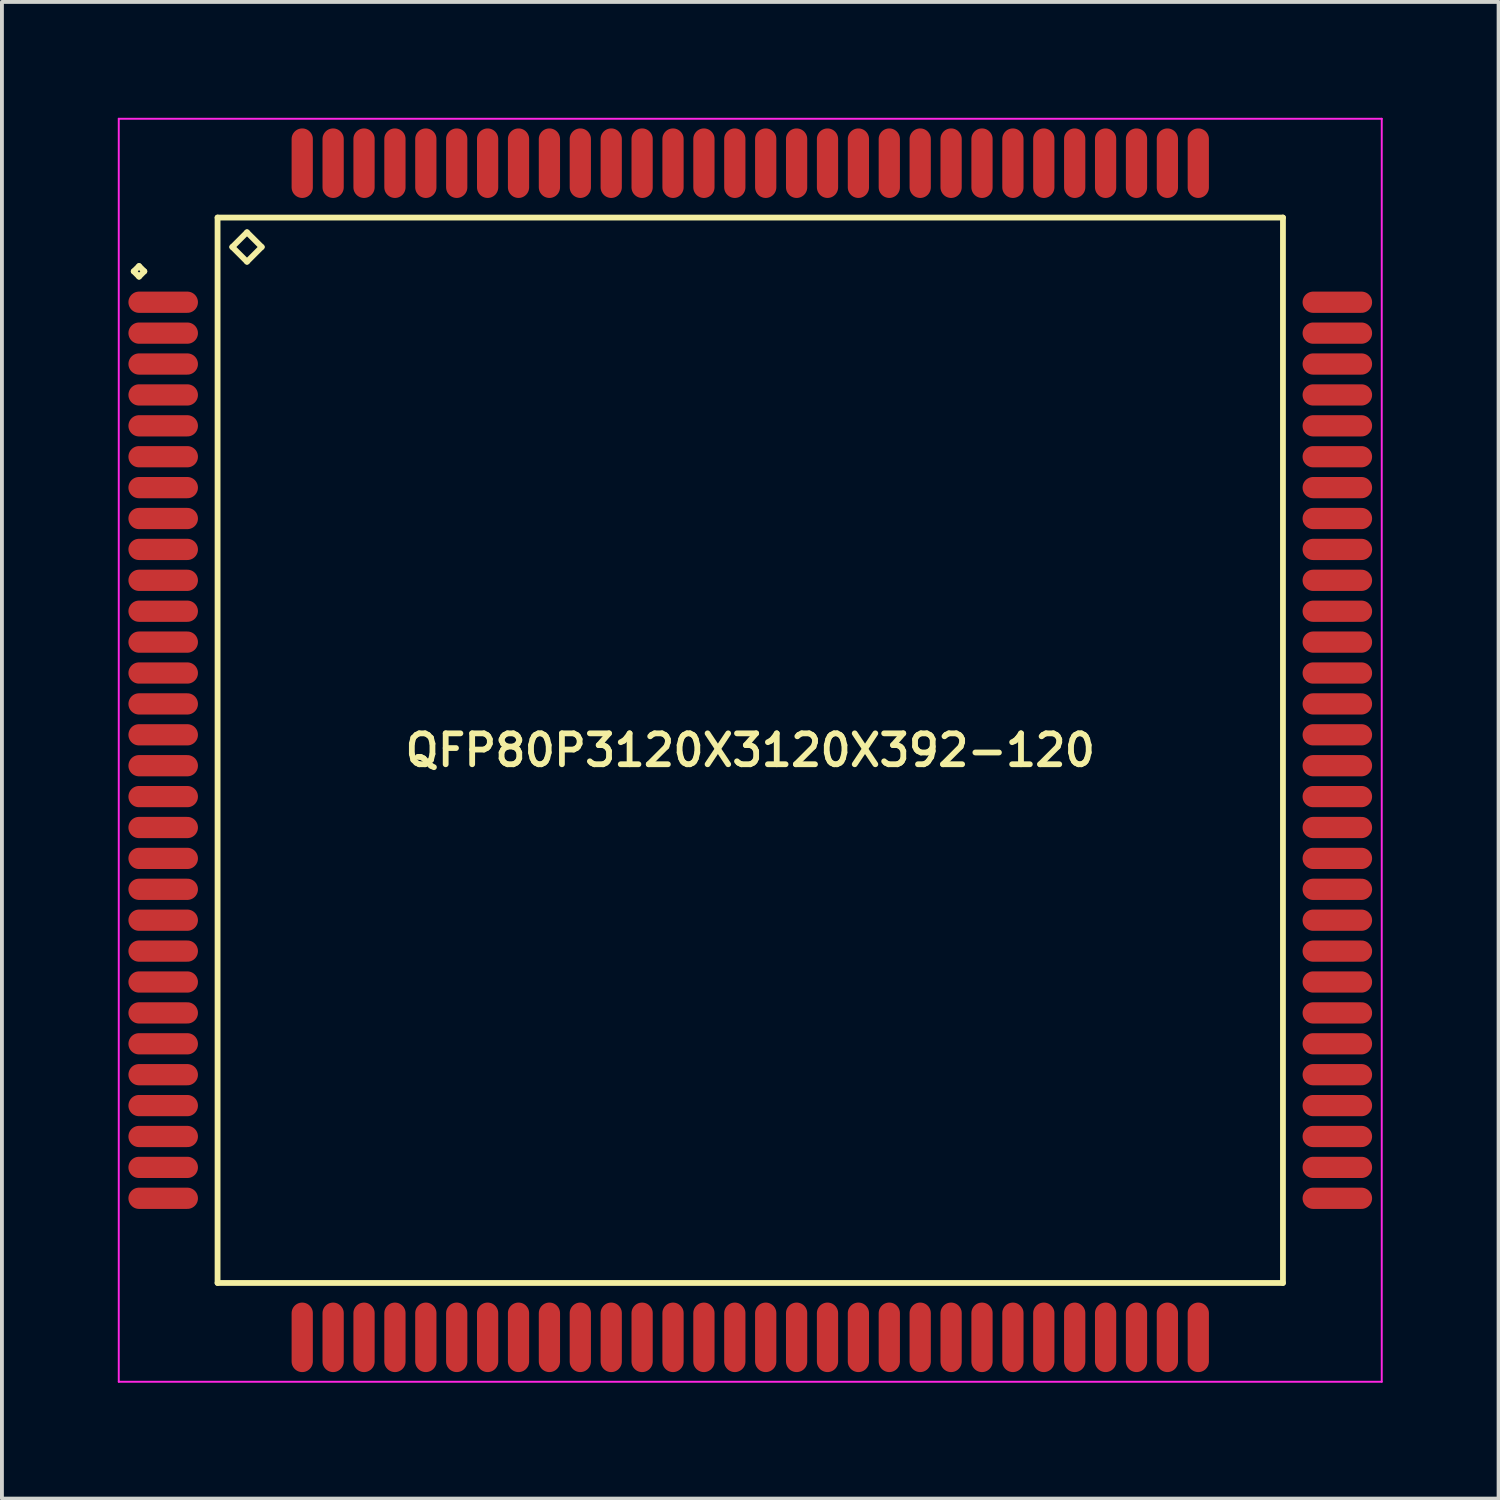
<source format=kicad_pcb>
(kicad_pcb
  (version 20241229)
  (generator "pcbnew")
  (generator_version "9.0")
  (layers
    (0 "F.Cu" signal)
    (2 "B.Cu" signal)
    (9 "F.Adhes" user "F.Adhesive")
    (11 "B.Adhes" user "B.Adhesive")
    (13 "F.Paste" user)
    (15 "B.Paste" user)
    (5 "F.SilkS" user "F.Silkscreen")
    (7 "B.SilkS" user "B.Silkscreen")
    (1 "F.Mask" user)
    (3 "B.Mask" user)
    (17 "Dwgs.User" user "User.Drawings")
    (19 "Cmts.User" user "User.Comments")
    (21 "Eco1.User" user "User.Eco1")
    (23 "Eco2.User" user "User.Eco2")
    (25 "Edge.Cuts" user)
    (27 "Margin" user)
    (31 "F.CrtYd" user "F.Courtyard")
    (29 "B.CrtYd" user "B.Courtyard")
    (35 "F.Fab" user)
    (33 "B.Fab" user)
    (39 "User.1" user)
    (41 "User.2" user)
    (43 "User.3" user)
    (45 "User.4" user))
  (footprint "QFP80P3120X3120X392-120"
    (layer "F.Cu")
    (at 16.375 16.375)
    (property "Reference" "QFP80P3120X3120X392-120" (at 0 0 0) (layer "F.SilkS") (effects (font (size 0.8 0.8) (thickness 0.15))))
    (attr smd)
    (fp_line (start -15.963 -12.4) (end -15.825 -12.537) (stroke (width 0.15) (type solid)) (layer "F.SilkS"))
    (fp_line (start -15.825 -12.537) (end -15.688 -12.4) (stroke (width 0.15) (type solid)) (layer "F.SilkS"))
    (fp_line (start -15.825 -12.262) (end -15.963 -12.4) (stroke (width 0.15) (type solid)) (layer "F.SilkS"))
    (fp_line (start -15.688 -12.4) (end -15.825 -12.262) (stroke (width 0.15) (type solid)) (layer "F.SilkS"))
    (fp_line (start -13.792 -13.792) (end -13.792 13.792) (stroke (width 0.15) (type solid)) (layer "F.SilkS"))
    (fp_line (start -13.792 13.792) (end 13.792 13.792) (stroke (width 0.15) (type solid)) (layer "F.SilkS"))
    (fp_line (start -13.411 -13.03) (end -13.03 -13.411) (stroke (width 0.15) (type solid)) (layer "F.SilkS"))
    (fp_line (start -13.03 -13.411) (end -12.649 -13.03) (stroke (width 0.15) (type solid)) (layer "F.SilkS"))
    (fp_line (start -13.03 -12.649) (end -13.411 -13.03) (stroke (width 0.15) (type solid)) (layer "F.SilkS"))
    (fp_line (start -12.649 -13.03) (end -13.03 -12.649) (stroke (width 0.15) (type solid)) (layer "F.SilkS"))
    (fp_line (start 13.792 -13.792) (end -13.792 -13.792) (stroke (width 0.15) (type solid)) (layer "F.SilkS"))
    (fp_line (start 13.792 13.792) (end 13.792 -13.792) (stroke (width 0.15) (type solid)) (layer "F.SilkS"))
    (fp_line (start -16.35 -16.35) (end 16.35 -16.35) (stroke (width 0.05) (type solid)) (layer "F.CrtYd"))
    (fp_line (start -16.35 16.35) (end -16.35 -16.35) (stroke (width 0.05) (type solid)) (layer "F.CrtYd"))
    (fp_line (start 16.35 -16.35) (end 16.35 16.35) (stroke (width 0.05) (type solid)) (layer "F.CrtYd"))
    (fp_line (start 16.35 16.35) (end -16.35 16.35) (stroke (width 0.05) (type solid)) (layer "F.CrtYd"))
    (pad "1" smd oval (at -15.2 -11.6) (size 1.8 0.55) (layers "F.Cu" "F.Mask" "F.Paste"))
    (pad "2" smd oval (at -15.2 -10.8) (size 1.8 0.55) (layers "F.Cu" "F.Mask" "F.Paste"))
    (pad "3" smd oval (at -15.2 -10) (size 1.8 0.55) (layers "F.Cu" "F.Mask" "F.Paste"))
    (pad "4" smd oval (at -15.2 -9.2) (size 1.8 0.55) (layers "F.Cu" "F.Mask" "F.Paste"))
    (pad "5" smd oval (at -15.2 -8.4) (size 1.8 0.55) (layers "F.Cu" "F.Mask" "F.Paste"))
    (pad "6" smd oval (at -15.2 -7.6) (size 1.8 0.55) (layers "F.Cu" "F.Mask" "F.Paste"))
    (pad "7" smd oval (at -15.2 -6.8) (size 1.8 0.55) (layers "F.Cu" "F.Mask" "F.Paste"))
    (pad "8" smd oval (at -15.2 -6) (size 1.8 0.55) (layers "F.Cu" "F.Mask" "F.Paste"))
    (pad "9" smd oval (at -15.2 -5.2) (size 1.8 0.55) (layers "F.Cu" "F.Mask" "F.Paste"))
    (pad "10" smd oval (at -15.2 -4.4) (size 1.8 0.55) (layers "F.Cu" "F.Mask" "F.Paste"))
    (pad "11" smd oval (at -15.2 -3.6) (size 1.8 0.55) (layers "F.Cu" "F.Mask" "F.Paste"))
    (pad "12" smd oval (at -15.2 -2.8) (size 1.8 0.55) (layers "F.Cu" "F.Mask" "F.Paste"))
    (pad "13" smd oval (at -15.2 -2) (size 1.8 0.55) (layers "F.Cu" "F.Mask" "F.Paste"))
    (pad "14" smd oval (at -15.2 -1.2) (size 1.8 0.55) (layers "F.Cu" "F.Mask" "F.Paste"))
    (pad "15" smd oval (at -15.2 -0.4) (size 1.8 0.55) (layers "F.Cu" "F.Mask" "F.Paste"))
    (pad "16" smd oval (at -15.2 0.4) (size 1.8 0.55) (layers "F.Cu" "F.Mask" "F.Paste"))
    (pad "17" smd oval (at -15.2 1.2) (size 1.8 0.55) (layers "F.Cu" "F.Mask" "F.Paste"))
    (pad "18" smd oval (at -15.2 2) (size 1.8 0.55) (layers "F.Cu" "F.Mask" "F.Paste"))
    (pad "19" smd oval (at -15.2 2.8) (size 1.8 0.55) (layers "F.Cu" "F.Mask" "F.Paste"))
    (pad "20" smd oval (at -15.2 3.6) (size 1.8 0.55) (layers "F.Cu" "F.Mask" "F.Paste"))
    (pad "21" smd oval (at -15.2 4.4) (size 1.8 0.55) (layers "F.Cu" "F.Mask" "F.Paste"))
    (pad "22" smd oval (at -15.2 5.2) (size 1.8 0.55) (layers "F.Cu" "F.Mask" "F.Paste"))
    (pad "23" smd oval (at -15.2 6) (size 1.8 0.55) (layers "F.Cu" "F.Mask" "F.Paste"))
    (pad "24" smd oval (at -15.2 6.8) (size 1.8 0.55) (layers "F.Cu" "F.Mask" "F.Paste"))
    (pad "25" smd oval (at -15.2 7.6) (size 1.8 0.55) (layers "F.Cu" "F.Mask" "F.Paste"))
    (pad "26" smd oval (at -15.2 8.4) (size 1.8 0.55) (layers "F.Cu" "F.Mask" "F.Paste"))
    (pad "27" smd oval (at -15.2 9.2) (size 1.8 0.55) (layers "F.Cu" "F.Mask" "F.Paste"))
    (pad "28" smd oval (at -15.2 10) (size 1.8 0.55) (layers "F.Cu" "F.Mask" "F.Paste"))
    (pad "29" smd oval (at -15.2 10.8) (size 1.8 0.55) (layers "F.Cu" "F.Mask" "F.Paste"))
    (pad "30" smd oval (at -15.2 11.6) (size 1.8 0.55) (layers "F.Cu" "F.Mask" "F.Paste"))
    (pad "31" smd oval (at -11.6 15.2) (size 0.55 1.8) (layers "F.Cu" "F.Mask" "F.Paste"))
    (pad "32" smd oval (at -10.8 15.2) (size 0.55 1.8) (layers "F.Cu" "F.Mask" "F.Paste"))
    (pad "33" smd oval (at -10 15.2) (size 0.55 1.8) (layers "F.Cu" "F.Mask" "F.Paste"))
    (pad "34" smd oval (at -9.2 15.2) (size 0.55 1.8) (layers "F.Cu" "F.Mask" "F.Paste"))
    (pad "35" smd oval (at -8.4 15.2) (size 0.55 1.8) (layers "F.Cu" "F.Mask" "F.Paste"))
    (pad "36" smd oval (at -7.6 15.2) (size 0.55 1.8) (layers "F.Cu" "F.Mask" "F.Paste"))
    (pad "37" smd oval (at -6.8 15.2) (size 0.55 1.8) (layers "F.Cu" "F.Mask" "F.Paste"))
    (pad "38" smd oval (at -6 15.2) (size 0.55 1.8) (layers "F.Cu" "F.Mask" "F.Paste"))
    (pad "39" smd oval (at -5.2 15.2) (size 0.55 1.8) (layers "F.Cu" "F.Mask" "F.Paste"))
    (pad "40" smd oval (at -4.4 15.2) (size 0.55 1.8) (layers "F.Cu" "F.Mask" "F.Paste"))
    (pad "41" smd oval (at -3.6 15.2) (size 0.55 1.8) (layers "F.Cu" "F.Mask" "F.Paste"))
    (pad "42" smd oval (at -2.8 15.2) (size 0.55 1.8) (layers "F.Cu" "F.Mask" "F.Paste"))
    (pad "43" smd oval (at -2 15.2) (size 0.55 1.8) (layers "F.Cu" "F.Mask" "F.Paste"))
    (pad "44" smd oval (at -1.2 15.2) (size 0.55 1.8) (layers "F.Cu" "F.Mask" "F.Paste"))
    (pad "45" smd oval (at -0.4 15.2) (size 0.55 1.8) (layers "F.Cu" "F.Mask" "F.Paste"))
    (pad "46" smd oval (at 0.4 15.2) (size 0.55 1.8) (layers "F.Cu" "F.Mask" "F.Paste"))
    (pad "47" smd oval (at 1.2 15.2) (size 0.55 1.8) (layers "F.Cu" "F.Mask" "F.Paste"))
    (pad "48" smd oval (at 2 15.2) (size 0.55 1.8) (layers "F.Cu" "F.Mask" "F.Paste"))
    (pad "49" smd oval (at 2.8 15.2) (size 0.55 1.8) (layers "F.Cu" "F.Mask" "F.Paste"))
    (pad "50" smd oval (at 3.6 15.2) (size 0.55 1.8) (layers "F.Cu" "F.Mask" "F.Paste"))
    (pad "51" smd oval (at 4.4 15.2) (size 0.55 1.8) (layers "F.Cu" "F.Mask" "F.Paste"))
    (pad "52" smd oval (at 5.2 15.2) (size 0.55 1.8) (layers "F.Cu" "F.Mask" "F.Paste"))
    (pad "53" smd oval (at 6 15.2) (size 0.55 1.8) (layers "F.Cu" "F.Mask" "F.Paste"))
    (pad "54" smd oval (at 6.8 15.2) (size 0.55 1.8) (layers "F.Cu" "F.Mask" "F.Paste"))
    (pad "55" smd oval (at 7.6 15.2) (size 0.55 1.8) (layers "F.Cu" "F.Mask" "F.Paste"))
    (pad "56" smd oval (at 8.4 15.2) (size 0.55 1.8) (layers "F.Cu" "F.Mask" "F.Paste"))
    (pad "57" smd oval (at 9.2 15.2) (size 0.55 1.8) (layers "F.Cu" "F.Mask" "F.Paste"))
    (pad "58" smd oval (at 10 15.2) (size 0.55 1.8) (layers "F.Cu" "F.Mask" "F.Paste"))
    (pad "59" smd oval (at 10.8 15.2) (size 0.55 1.8) (layers "F.Cu" "F.Mask" "F.Paste"))
    (pad "60" smd oval (at 11.6 15.2) (size 0.55 1.8) (layers "F.Cu" "F.Mask" "F.Paste"))
    (pad "61" smd oval (at 15.2 11.6) (size 1.8 0.55) (layers "F.Cu" "F.Mask" "F.Paste"))
    (pad "62" smd oval (at 15.2 10.8) (size 1.8 0.55) (layers "F.Cu" "F.Mask" "F.Paste"))
    (pad "63" smd oval (at 15.2 10) (size 1.8 0.55) (layers "F.Cu" "F.Mask" "F.Paste"))
    (pad "64" smd oval (at 15.2 9.2) (size 1.8 0.55) (layers "F.Cu" "F.Mask" "F.Paste"))
    (pad "65" smd oval (at 15.2 8.4) (size 1.8 0.55) (layers "F.Cu" "F.Mask" "F.Paste"))
    (pad "66" smd oval (at 15.2 7.6) (size 1.8 0.55) (layers "F.Cu" "F.Mask" "F.Paste"))
    (pad "67" smd oval (at 15.2 6.8) (size 1.8 0.55) (layers "F.Cu" "F.Mask" "F.Paste"))
    (pad "68" smd oval (at 15.2 6) (size 1.8 0.55) (layers "F.Cu" "F.Mask" "F.Paste"))
    (pad "69" smd oval (at 15.2 5.2) (size 1.8 0.55) (layers "F.Cu" "F.Mask" "F.Paste"))
    (pad "70" smd oval (at 15.2 4.4) (size 1.8 0.55) (layers "F.Cu" "F.Mask" "F.Paste"))
    (pad "71" smd oval (at 15.2 3.6) (size 1.8 0.55) (layers "F.Cu" "F.Mask" "F.Paste"))
    (pad "72" smd oval (at 15.2 2.8) (size 1.8 0.55) (layers "F.Cu" "F.Mask" "F.Paste"))
    (pad "73" smd oval (at 15.2 2) (size 1.8 0.55) (layers "F.Cu" "F.Mask" "F.Paste"))
    (pad "74" smd oval (at 15.2 1.2) (size 1.8 0.55) (layers "F.Cu" "F.Mask" "F.Paste"))
    (pad "75" smd oval (at 15.2 0.4) (size 1.8 0.55) (layers "F.Cu" "F.Mask" "F.Paste"))
    (pad "76" smd oval (at 15.2 -0.4) (size 1.8 0.55) (layers "F.Cu" "F.Mask" "F.Paste"))
    (pad "77" smd oval (at 15.2 -1.2) (size 1.8 0.55) (layers "F.Cu" "F.Mask" "F.Paste"))
    (pad "78" smd oval (at 15.2 -2) (size 1.8 0.55) (layers "F.Cu" "F.Mask" "F.Paste"))
    (pad "79" smd oval (at 15.2 -2.8) (size 1.8 0.55) (layers "F.Cu" "F.Mask" "F.Paste"))
    (pad "80" smd oval (at 15.2 -3.6) (size 1.8 0.55) (layers "F.Cu" "F.Mask" "F.Paste"))
    (pad "81" smd oval (at 15.2 -4.4) (size 1.8 0.55) (layers "F.Cu" "F.Mask" "F.Paste"))
    (pad "82" smd oval (at 15.2 -5.2) (size 1.8 0.55) (layers "F.Cu" "F.Mask" "F.Paste"))
    (pad "83" smd oval (at 15.2 -6) (size 1.8 0.55) (layers "F.Cu" "F.Mask" "F.Paste"))
    (pad "84" smd oval (at 15.2 -6.8) (size 1.8 0.55) (layers "F.Cu" "F.Mask" "F.Paste"))
    (pad "85" smd oval (at 15.2 -7.6) (size 1.8 0.55) (layers "F.Cu" "F.Mask" "F.Paste"))
    (pad "86" smd oval (at 15.2 -8.4) (size 1.8 0.55) (layers "F.Cu" "F.Mask" "F.Paste"))
    (pad "87" smd oval (at 15.2 -9.2) (size 1.8 0.55) (layers "F.Cu" "F.Mask" "F.Paste"))
    (pad "88" smd oval (at 15.2 -10) (size 1.8 0.55) (layers "F.Cu" "F.Mask" "F.Paste"))
    (pad "89" smd oval (at 15.2 -10.8) (size 1.8 0.55) (layers "F.Cu" "F.Mask" "F.Paste"))
    (pad "90" smd oval (at 15.2 -11.6) (size 1.8 0.55) (layers "F.Cu" "F.Mask" "F.Paste"))
    (pad "91" smd oval (at 11.6 -15.2) (size 0.55 1.8) (layers "F.Cu" "F.Mask" "F.Paste"))
    (pad "92" smd oval (at 10.8 -15.2) (size 0.55 1.8) (layers "F.Cu" "F.Mask" "F.Paste"))
    (pad "93" smd oval (at 10 -15.2) (size 0.55 1.8) (layers "F.Cu" "F.Mask" "F.Paste"))
    (pad "94" smd oval (at 9.2 -15.2) (size 0.55 1.8) (layers "F.Cu" "F.Mask" "F.Paste"))
    (pad "95" smd oval (at 8.4 -15.2) (size 0.55 1.8) (layers "F.Cu" "F.Mask" "F.Paste"))
    (pad "96" smd oval (at 7.6 -15.2) (size 0.55 1.8) (layers "F.Cu" "F.Mask" "F.Paste"))
    (pad "97" smd oval (at 6.8 -15.2) (size 0.55 1.8) (layers "F.Cu" "F.Mask" "F.Paste"))
    (pad "98" smd oval (at 6 -15.2) (size 0.55 1.8) (layers "F.Cu" "F.Mask" "F.Paste"))
    (pad "99" smd oval (at 5.2 -15.2) (size 0.55 1.8) (layers "F.Cu" "F.Mask" "F.Paste"))
    (pad "100" smd oval (at 4.4 -15.2) (size 0.55 1.8) (layers "F.Cu" "F.Mask" "F.Paste"))
    (pad "101" smd oval (at 3.6 -15.2) (size 0.55 1.8) (layers "F.Cu" "F.Mask" "F.Paste"))
    (pad "102" smd oval (at 2.8 -15.2) (size 0.55 1.8) (layers "F.Cu" "F.Mask" "F.Paste"))
    (pad "103" smd oval (at 2 -15.2) (size 0.55 1.8) (layers "F.Cu" "F.Mask" "F.Paste"))
    (pad "104" smd oval (at 1.2 -15.2) (size 0.55 1.8) (layers "F.Cu" "F.Mask" "F.Paste"))
    (pad "105" smd oval (at 0.4 -15.2) (size 0.55 1.8) (layers "F.Cu" "F.Mask" "F.Paste"))
    (pad "106" smd oval (at -0.4 -15.2) (size 0.55 1.8) (layers "F.Cu" "F.Mask" "F.Paste"))
    (pad "107" smd oval (at -1.2 -15.2) (size 0.55 1.8) (layers "F.Cu" "F.Mask" "F.Paste"))
    (pad "108" smd oval (at -2 -15.2) (size 0.55 1.8) (layers "F.Cu" "F.Mask" "F.Paste"))
    (pad "109" smd oval (at -2.8 -15.2) (size 0.55 1.8) (layers "F.Cu" "F.Mask" "F.Paste"))
    (pad "110" smd oval (at -3.6 -15.2) (size 0.55 1.8) (layers "F.Cu" "F.Mask" "F.Paste"))
    (pad "111" smd oval (at -4.4 -15.2) (size 0.55 1.8) (layers "F.Cu" "F.Mask" "F.Paste"))
    (pad "112" smd oval (at -5.2 -15.2) (size 0.55 1.8) (layers "F.Cu" "F.Mask" "F.Paste"))
    (pad "113" smd oval (at -6 -15.2) (size 0.55 1.8) (layers "F.Cu" "F.Mask" "F.Paste"))
    (pad "114" smd oval (at -6.8 -15.2) (size 0.55 1.8) (layers "F.Cu" "F.Mask" "F.Paste"))
    (pad "115" smd oval (at -7.6 -15.2) (size 0.55 1.8) (layers "F.Cu" "F.Mask" "F.Paste"))
    (pad "116" smd oval (at -8.4 -15.2) (size 0.55 1.8) (layers "F.Cu" "F.Mask" "F.Paste"))
    (pad "117" smd oval (at -9.2 -15.2) (size 0.55 1.8) (layers "F.Cu" "F.Mask" "F.Paste"))
    (pad "118" smd oval (at -10 -15.2) (size 0.55 1.8) (layers "F.Cu" "F.Mask" "F.Paste"))
    (pad "119" smd oval (at -10.8 -15.2) (size 0.55 1.8) (layers "F.Cu" "F.Mask" "F.Paste"))
    (pad "120" smd oval (at -11.6 -15.2) (size 0.55 1.8) (layers "F.Cu" "F.Mask" "F.Paste")))
  (gr_rect
    (start -3 -3)
    (end 35.75 35.75)
    (stroke (width 0.1) (type default))
    (fill no)
    (layer "Edge.Cuts")))
</source>
